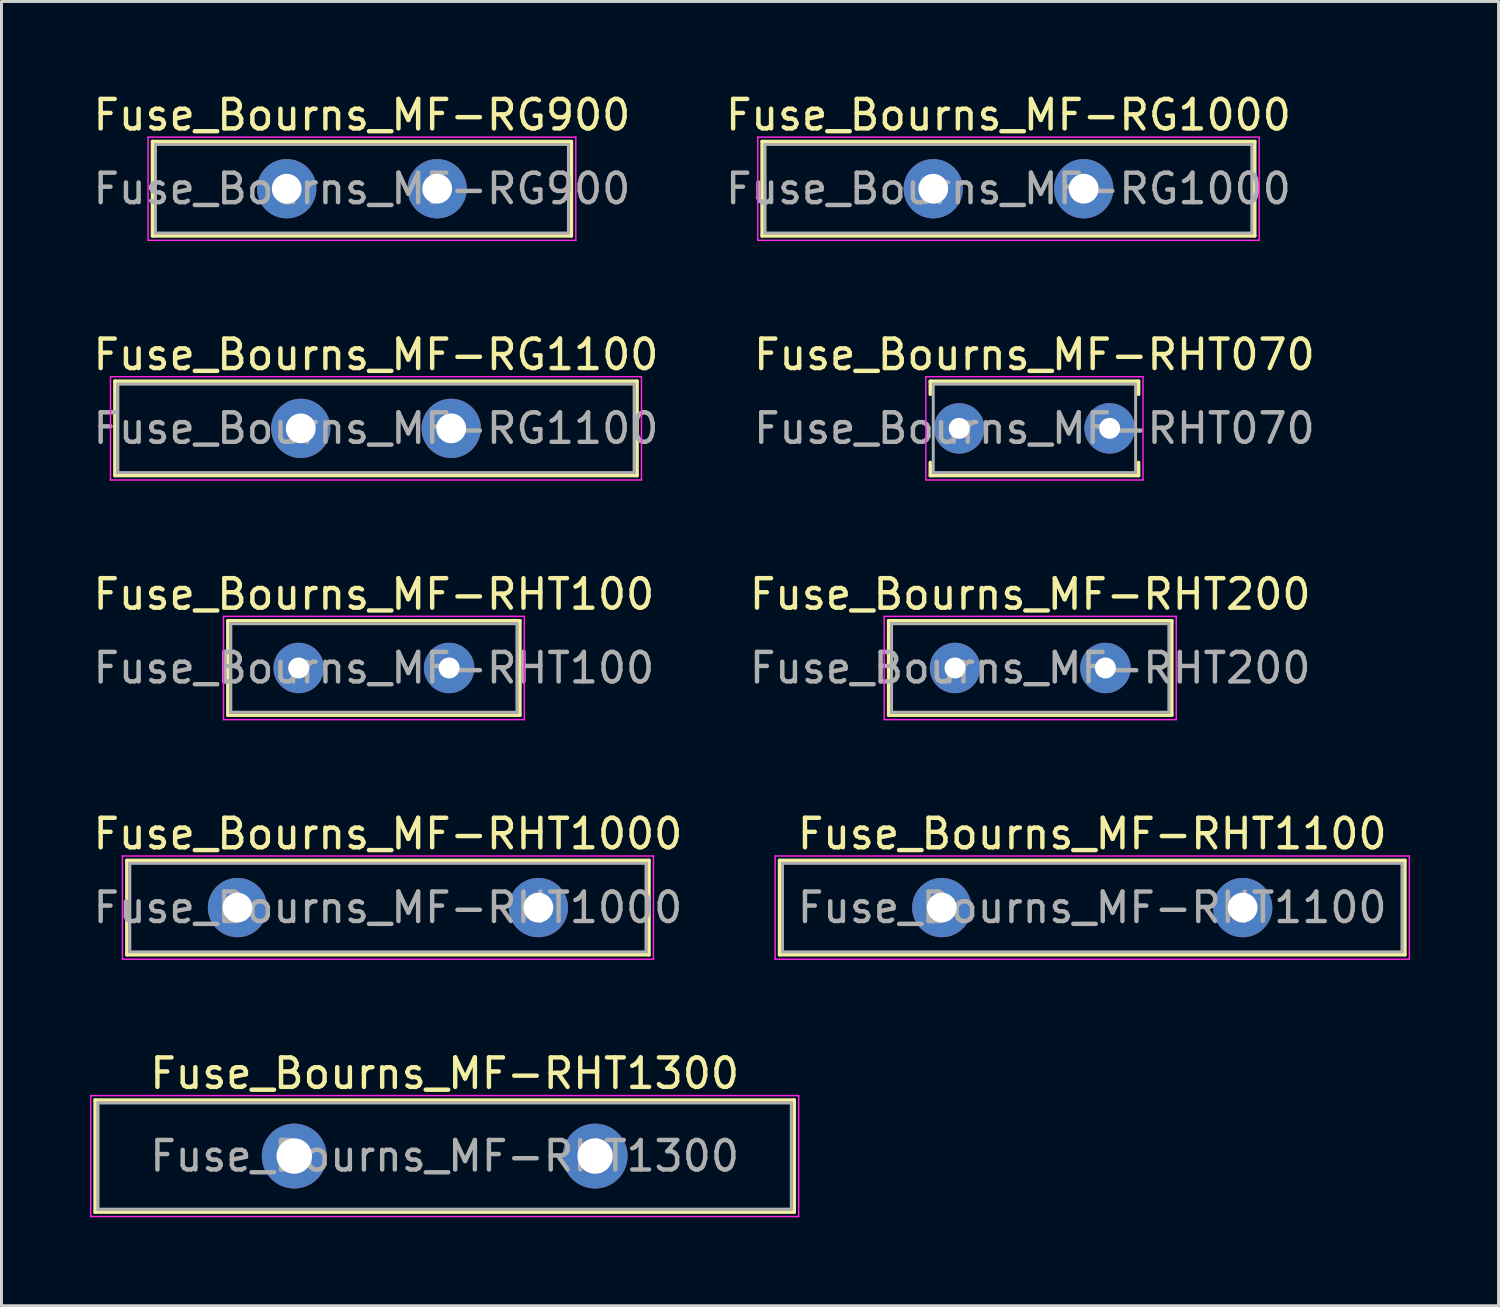
<source format=kicad_pcb>
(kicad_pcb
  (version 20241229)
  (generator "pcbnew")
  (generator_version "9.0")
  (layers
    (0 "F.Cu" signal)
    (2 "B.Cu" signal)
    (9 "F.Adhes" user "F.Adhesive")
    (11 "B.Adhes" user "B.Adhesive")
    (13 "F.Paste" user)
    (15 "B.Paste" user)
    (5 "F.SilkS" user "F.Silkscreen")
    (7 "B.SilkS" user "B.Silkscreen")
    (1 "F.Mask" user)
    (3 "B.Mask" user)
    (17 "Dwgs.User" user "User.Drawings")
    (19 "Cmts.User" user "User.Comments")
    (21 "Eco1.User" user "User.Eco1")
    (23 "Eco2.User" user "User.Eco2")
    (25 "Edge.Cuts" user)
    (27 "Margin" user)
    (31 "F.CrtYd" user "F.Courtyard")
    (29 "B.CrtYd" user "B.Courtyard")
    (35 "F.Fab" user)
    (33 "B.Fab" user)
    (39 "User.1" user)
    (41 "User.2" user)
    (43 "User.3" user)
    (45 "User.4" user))
  (footprint "Fuse_Bourns_MF-RHT1300"
    (layer "F.Cu")
    (at 6.925 36.141)
    (property "Reference" "Fuse_Bourns_MF-RHT1300" (at 5.1 -2.8 0) (layer "F.SilkS") (effects (font (size 1 1) (thickness 0.15))))
    (attr through_hole)
    (fp_line (start -6.75 -1.9) (end -6.75 1.9) (stroke (width 0.12) (type solid)) (layer "F.SilkS"))
    (fp_line (start -6.75 1.9) (end 16.95 1.9) (stroke (width 0.12) (type solid)) (layer "F.SilkS"))
    (fp_line (start 16.95 -1.9) (end -6.75 -1.9) (stroke (width 0.12) (type solid)) (layer "F.SilkS"))
    (fp_line (start 16.95 1.9) (end 16.95 -1.9) (stroke (width 0.12) (type solid)) (layer "F.SilkS"))
    (fp_line (start -6.9 -2.05) (end -6.9 2.05) (stroke (width 0.05) (type solid)) (layer "F.CrtYd"))
    (fp_line (start -6.9 2.05) (end 17.1 2.05) (stroke (width 0.05) (type solid)) (layer "F.CrtYd"))
    (fp_line (start 17.1 -2.05) (end -6.9 -2.05) (stroke (width 0.05) (type solid)) (layer "F.CrtYd"))
    (fp_line (start 17.1 2.05) (end 17.1 -2.05) (stroke (width 0.05) (type solid)) (layer "F.CrtYd"))
    (fp_line (start -6.65 -1.8) (end -6.65 1.8) (stroke (width 0.1) (type solid)) (layer "F.Fab"))
    (fp_line (start -6.65 1.8) (end 16.85 1.8) (stroke (width 0.1) (type solid)) (layer "F.Fab"))
    (fp_line (start 16.85 -1.8) (end -6.65 -1.8) (stroke (width 0.1) (type solid)) (layer "F.Fab"))
    (fp_line (start 16.85 1.8) (end 16.85 -1.8) (stroke (width 0.1) (type solid)) (layer "F.Fab"))
    (fp_text user "${REFERENCE}" (at 5.1 0 0) (layer "F.Fab") (effects (font (size 1 1) (thickness 0.15))))
    (pad "1" thru_hole circle (at 0 0) (size 2.2 2.2) (drill 1.2) (layers "*.Cu" "*.Mask"))
    (pad "2" thru_hole circle (at 10.2 0) (size 2.2 2.2) (drill 1.2) (layers "*.Cu" "*.Mask")))
  (footprint "Fuse_Bourns_MF-RHT100"
    (layer "F.Cu")
    (at 7.075 19.595)
    (property "Reference" "Fuse_Bourns_MF-RHT100" (at 2.55 -2.5 0) (layer "F.SilkS") (effects (font (size 1 1) (thickness 0.15))))
    (attr through_hole)
    (fp_line (start -2.4 -1.6) (end -2.4 1.6) (stroke (width 0.12) (type solid)) (layer "F.SilkS"))
    (fp_line (start -2.4 1.6) (end 7.5 1.6) (stroke (width 0.12) (type solid)) (layer "F.SilkS"))
    (fp_line (start 7.5 -1.6) (end -2.4 -1.6) (stroke (width 0.12) (type solid)) (layer "F.SilkS"))
    (fp_line (start 7.5 1.6) (end 7.5 -1.6) (stroke (width 0.12) (type solid)) (layer "F.SilkS"))
    (fp_line (start -2.55 -1.75) (end -2.55 1.75) (stroke (width 0.05) (type solid)) (layer "F.CrtYd"))
    (fp_line (start -2.55 1.75) (end 7.65 1.75) (stroke (width 0.05) (type solid)) (layer "F.CrtYd"))
    (fp_line (start 7.65 -1.75) (end -2.55 -1.75) (stroke (width 0.05) (type solid)) (layer "F.CrtYd"))
    (fp_line (start 7.65 1.75) (end 7.65 -1.75) (stroke (width 0.05) (type solid)) (layer "F.CrtYd"))
    (fp_line (start -2.3 -1.5) (end -2.3 1.5) (stroke (width 0.1) (type solid)) (layer "F.Fab"))
    (fp_line (start -2.3 1.5) (end 7.4 1.5) (stroke (width 0.1) (type solid)) (layer "F.Fab"))
    (fp_line (start 7.4 -1.5) (end -2.3 -1.5) (stroke (width 0.1) (type solid)) (layer "F.Fab"))
    (fp_line (start 7.4 1.5) (end 7.4 -1.5) (stroke (width 0.1) (type solid)) (layer "F.Fab"))
    (fp_text user "${REFERENCE}" (at 2.55 0 0) (layer "F.Fab") (effects (font (size 1 1) (thickness 0.15))))
    (pad "1" thru_hole circle (at 0 0) (size 1.71 1.71) (drill 0.71) (layers "*.Cu" "*.Mask"))
    (pad "2" thru_hole circle (at 5.1 0) (size 1.71 1.71) (drill 0.71) (layers "*.Cu" "*.Mask")))
  (footprint "Fuse_Bourns_MF-RG900"
    (layer "F.Cu")
    (at 6.67 3.348)
    (property "Reference" "Fuse_Bourns_MF-RG900" (at 2.55 -2.5 0) (layer "F.SilkS") (effects (font (size 1 1) (thickness 0.15))))
    (attr through_hole)
    (fp_line (start -4.55 -1.6) (end -4.55 1.6) (stroke (width 0.12) (type solid)) (layer "F.SilkS"))
    (fp_line (start -4.55 1.6) (end 9.65 1.6) (stroke (width 0.12) (type solid)) (layer "F.SilkS"))
    (fp_line (start 9.65 -1.6) (end -4.55 -1.6) (stroke (width 0.12) (type solid)) (layer "F.SilkS"))
    (fp_line (start 9.65 1.6) (end 9.65 -1.6) (stroke (width 0.12) (type solid)) (layer "F.SilkS"))
    (fp_line (start -4.7 -1.75) (end -4.7 1.75) (stroke (width 0.05) (type solid)) (layer "F.CrtYd"))
    (fp_line (start -4.7 1.75) (end 9.8 1.75) (stroke (width 0.05) (type solid)) (layer "F.CrtYd"))
    (fp_line (start 9.8 -1.75) (end -4.7 -1.75) (stroke (width 0.05) (type solid)) (layer "F.CrtYd"))
    (fp_line (start 9.8 1.75) (end 9.8 -1.75) (stroke (width 0.05) (type solid)) (layer "F.CrtYd"))
    (fp_line (start -4.45 -1.5) (end -4.45 1.5) (stroke (width 0.1) (type solid)) (layer "F.Fab"))
    (fp_line (start -4.45 1.5) (end 9.55 1.5) (stroke (width 0.1) (type solid)) (layer "F.Fab"))
    (fp_line (start 9.55 -1.5) (end -4.45 -1.5) (stroke (width 0.1) (type solid)) (layer "F.Fab"))
    (fp_line (start 9.55 1.5) (end 9.55 -1.5) (stroke (width 0.1) (type solid)) (layer "F.Fab"))
    (fp_text user "${REFERENCE}" (at 2.55 0 0) (layer "F.Fab") (effects (font (size 1 1) (thickness 0.15))))
    (pad "1" thru_hole circle (at 0 0) (size 2.01 2.01) (drill 1.01) (layers "*.Cu" "*.Mask"))
    (pad "2" thru_hole circle (at 5.1 0) (size 2.01 2.01) (drill 1.01) (layers "*.Cu" "*.Mask")))
  (footprint "Fuse_Bourns_MF-RG1100"
    (layer "F.Cu")
    (at 7.146 11.472)
    (property "Reference" "Fuse_Bourns_MF-RG1100" (at 2.55 -2.5 0) (layer "F.SilkS") (effects (font (size 1 1) (thickness 0.15))))
    (attr through_hole)
    (fp_line (start -6.3 -1.6) (end -6.3 1.6) (stroke (width 0.12) (type solid)) (layer "F.SilkS"))
    (fp_line (start -6.3 1.6) (end 11.4 1.6) (stroke (width 0.12) (type solid)) (layer "F.SilkS"))
    (fp_line (start 11.4 -1.6) (end -6.3 -1.6) (stroke (width 0.12) (type solid)) (layer "F.SilkS"))
    (fp_line (start 11.4 1.6) (end 11.4 -1.6) (stroke (width 0.12) (type solid)) (layer "F.SilkS"))
    (fp_line (start -6.45 -1.75) (end -6.45 1.75) (stroke (width 0.05) (type solid)) (layer "F.CrtYd"))
    (fp_line (start -6.45 1.75) (end 11.55 1.75) (stroke (width 0.05) (type solid)) (layer "F.CrtYd"))
    (fp_line (start 11.55 -1.75) (end -6.45 -1.75) (stroke (width 0.05) (type solid)) (layer "F.CrtYd"))
    (fp_line (start 11.55 1.75) (end 11.55 -1.75) (stroke (width 0.05) (type solid)) (layer "F.CrtYd"))
    (fp_line (start -6.2 -1.5) (end -6.2 1.5) (stroke (width 0.1) (type solid)) (layer "F.Fab"))
    (fp_line (start -6.2 1.5) (end 11.3 1.5) (stroke (width 0.1) (type solid)) (layer "F.Fab"))
    (fp_line (start 11.3 -1.5) (end -6.2 -1.5) (stroke (width 0.1) (type solid)) (layer "F.Fab"))
    (fp_line (start 11.3 1.5) (end 11.3 -1.5) (stroke (width 0.1) (type solid)) (layer "F.Fab"))
    (fp_text user "${REFERENCE}" (at 2.55 0 0) (layer "F.Fab") (effects (font (size 1 1) (thickness 0.15))))
    (pad "1" thru_hole circle (at 0 0) (size 2.01 2.01) (drill 1.01) (layers "*.Cu" "*.Mask"))
    (pad "2" thru_hole circle (at 5.1 0) (size 2.01 2.01) (drill 1.01) (layers "*.Cu" "*.Mask")))
  (footprint "Fuse_Bourns_MF-RHT200"
    (layer "F.Cu")
    (at 29.325 19.595)
    (property "Reference" "Fuse_Bourns_MF-RHT200" (at 2.55 -2.5 0) (layer "F.SilkS") (effects (font (size 1 1) (thickness 0.15))))
    (attr through_hole)
    (fp_line (start -2.25 -1.6) (end -2.25 1.6) (stroke (width 0.12) (type solid)) (layer "F.SilkS"))
    (fp_line (start -2.25 1.6) (end 7.35 1.6) (stroke (width 0.12) (type solid)) (layer "F.SilkS"))
    (fp_line (start 7.35 -1.6) (end -2.25 -1.6) (stroke (width 0.12) (type solid)) (layer "F.SilkS"))
    (fp_line (start 7.35 1.6) (end 7.35 -1.6) (stroke (width 0.12) (type solid)) (layer "F.SilkS"))
    (fp_line (start -2.4 -1.75) (end -2.4 1.75) (stroke (width 0.05) (type solid)) (layer "F.CrtYd"))
    (fp_line (start -2.4 1.75) (end 7.5 1.75) (stroke (width 0.05) (type solid)) (layer "F.CrtYd"))
    (fp_line (start 7.5 -1.75) (end -2.4 -1.75) (stroke (width 0.05) (type solid)) (layer "F.CrtYd"))
    (fp_line (start 7.5 1.75) (end 7.5 -1.75) (stroke (width 0.05) (type solid)) (layer "F.CrtYd"))
    (fp_line (start -2.15 -1.5) (end -2.15 1.5) (stroke (width 0.1) (type solid)) (layer "F.Fab"))
    (fp_line (start -2.15 1.5) (end 7.25 1.5) (stroke (width 0.1) (type solid)) (layer "F.Fab"))
    (fp_line (start 7.25 -1.5) (end -2.15 -1.5) (stroke (width 0.1) (type solid)) (layer "F.Fab"))
    (fp_line (start 7.25 1.5) (end 7.25 -1.5) (stroke (width 0.1) (type solid)) (layer "F.Fab"))
    (fp_text user "${REFERENCE}" (at 2.55 0 0) (layer "F.Fab") (effects (font (size 1 1) (thickness 0.15))))
    (pad "1" thru_hole circle (at 0 0) (size 1.71 1.71) (drill 0.71) (layers "*.Cu" "*.Mask"))
    (pad "2" thru_hole circle (at 5.1 0) (size 1.71 1.71) (drill 0.71) (layers "*.Cu" "*.Mask")))
  (footprint "Fuse_Bourns_MF-RG1000"
    (layer "F.Cu")
    (at 28.587 3.348)
    (property "Reference" "Fuse_Bourns_MF-RG1000" (at 2.55 -2.5 0) (layer "F.SilkS") (effects (font (size 1 1) (thickness 0.15))))
    (attr through_hole)
    (fp_line (start -5.8 -1.6) (end -5.8 1.6) (stroke (width 0.12) (type solid)) (layer "F.SilkS"))
    (fp_line (start -5.8 1.6) (end 10.9 1.6) (stroke (width 0.12) (type solid)) (layer "F.SilkS"))
    (fp_line (start 10.9 -1.6) (end -5.8 -1.6) (stroke (width 0.12) (type solid)) (layer "F.SilkS"))
    (fp_line (start 10.9 1.6) (end 10.9 -1.6) (stroke (width 0.12) (type solid)) (layer "F.SilkS"))
    (fp_line (start -5.95 -1.75) (end -5.95 1.75) (stroke (width 0.05) (type solid)) (layer "F.CrtYd"))
    (fp_line (start -5.95 1.75) (end 11.05 1.75) (stroke (width 0.05) (type solid)) (layer "F.CrtYd"))
    (fp_line (start 11.05 -1.75) (end -5.95 -1.75) (stroke (width 0.05) (type solid)) (layer "F.CrtYd"))
    (fp_line (start 11.05 1.75) (end 11.05 -1.75) (stroke (width 0.05) (type solid)) (layer "F.CrtYd"))
    (fp_line (start -5.7 -1.5) (end -5.7 1.5) (stroke (width 0.1) (type solid)) (layer "F.Fab"))
    (fp_line (start -5.7 1.5) (end 10.8 1.5) (stroke (width 0.1) (type solid)) (layer "F.Fab"))
    (fp_line (start 10.8 -1.5) (end -5.7 -1.5) (stroke (width 0.1) (type solid)) (layer "F.Fab"))
    (fp_line (start 10.8 1.5) (end 10.8 -1.5) (stroke (width 0.1) (type solid)) (layer "F.Fab"))
    (fp_text user "${REFERENCE}" (at 2.55 0 0) (layer "F.Fab") (effects (font (size 1 1) (thickness 0.15))))
    (pad "1" thru_hole circle (at 0 0) (size 2.01 2.01) (drill 1.01) (layers "*.Cu" "*.Mask"))
    (pad "2" thru_hole circle (at 5.1 0) (size 2.01 2.01) (drill 1.01) (layers "*.Cu" "*.Mask")))
  (footprint "Fuse_Bourns_MF-RHT1000"
    (layer "F.Cu")
    (at 5.001 27.718)
    (property "Reference" "Fuse_Bourns_MF-RHT1000" (at 5.1 -2.5 0) (layer "F.SilkS") (effects (font (size 1 1) (thickness 0.15))))
    (attr through_hole)
    (fp_line (start -3.75 -1.6) (end -3.75 1.6) (stroke (width 0.12) (type solid)) (layer "F.SilkS"))
    (fp_line (start -3.75 1.6) (end 13.95 1.6) (stroke (width 0.12) (type solid)) (layer "F.SilkS"))
    (fp_line (start 13.95 -1.6) (end -3.75 -1.6) (stroke (width 0.12) (type solid)) (layer "F.SilkS"))
    (fp_line (start 13.95 1.6) (end 13.95 -1.6) (stroke (width 0.12) (type solid)) (layer "F.SilkS"))
    (fp_line (start -3.9 -1.75) (end -3.9 1.75) (stroke (width 0.05) (type solid)) (layer "F.CrtYd"))
    (fp_line (start -3.9 1.75) (end 14.1 1.75) (stroke (width 0.05) (type solid)) (layer "F.CrtYd"))
    (fp_line (start 14.1 -1.75) (end -3.9 -1.75) (stroke (width 0.05) (type solid)) (layer "F.CrtYd"))
    (fp_line (start 14.1 1.75) (end 14.1 -1.75) (stroke (width 0.05) (type solid)) (layer "F.CrtYd"))
    (fp_line (start -3.65 -1.5) (end -3.65 1.5) (stroke (width 0.1) (type solid)) (layer "F.Fab"))
    (fp_line (start -3.65 1.5) (end 13.85 1.5) (stroke (width 0.1) (type solid)) (layer "F.Fab"))
    (fp_line (start 13.85 -1.5) (end -3.65 -1.5) (stroke (width 0.1) (type solid)) (layer "F.Fab"))
    (fp_line (start 13.85 1.5) (end 13.85 -1.5) (stroke (width 0.1) (type solid)) (layer "F.Fab"))
    (fp_text user "${REFERENCE}" (at 5.1 0 0) (layer "F.Fab") (effects (font (size 1 1) (thickness 0.15))))
    (pad "1" thru_hole circle (at 0 0) (size 2.01 2.01) (drill 1.01) (layers "*.Cu" "*.Mask"))
    (pad "2" thru_hole circle (at 10.2 0) (size 2.01 2.01) (drill 1.01) (layers "*.Cu" "*.Mask")))
  (footprint "Fuse_Bourns_MF-RHT070"
    (layer "F.Cu")
    (at 29.468 11.472)
    (property "Reference" "Fuse_Bourns_MF-RHT070" (at 2.55 -2.5 0) (layer "F.SilkS") (effects (font (size 1 1) (thickness 0.15))))
    (attr through_hole)
    (fp_line (start -0.98 -1.6) (end 6.08 -1.6) (stroke (width 0.12) (type solid)) (layer "F.SilkS"))
    (fp_line (start -0.98 -1.155) (end -0.98 -1.6) (stroke (width 0.12) (type solid)) (layer "F.SilkS"))
    (fp_line (start -0.98 1.155) (end -0.98 1.6) (stroke (width 0.12) (type solid)) (layer "F.SilkS"))
    (fp_line (start -0.98 1.6) (end 6.08 1.6) (stroke (width 0.12) (type solid)) (layer "F.SilkS"))
    (fp_line (start 6.08 -1.6) (end 6.08 -1.155) (stroke (width 0.12) (type solid)) (layer "F.SilkS"))
    (fp_line (start 6.08 1.6) (end 6.08 1.155) (stroke (width 0.12) (type solid)) (layer "F.SilkS"))
    (fp_line (start -1.13 -1.75) (end -1.13 1.75) (stroke (width 0.05) (type solid)) (layer "F.CrtYd"))
    (fp_line (start -1.13 1.75) (end 6.23 1.75) (stroke (width 0.05) (type solid)) (layer "F.CrtYd"))
    (fp_line (start 6.23 -1.75) (end -1.13 -1.75) (stroke (width 0.05) (type solid)) (layer "F.CrtYd"))
    (fp_line (start 6.23 1.75) (end 6.23 -1.75) (stroke (width 0.05) (type solid)) (layer "F.CrtYd"))
    (fp_line (start -0.88 -1.5) (end -0.88 1.5) (stroke (width 0.1) (type solid)) (layer "F.Fab"))
    (fp_line (start -0.88 1.5) (end 5.98 1.5) (stroke (width 0.1) (type solid)) (layer "F.Fab"))
    (fp_line (start 5.98 -1.5) (end -0.88 -1.5) (stroke (width 0.1) (type solid)) (layer "F.Fab"))
    (fp_line (start 5.98 1.5) (end 5.98 -1.5) (stroke (width 0.1) (type solid)) (layer "F.Fab"))
    (fp_text user "${REFERENCE}" (at 2.55 0 0) (layer "F.Fab") (effects (font (size 1 1) (thickness 0.15))))
    (pad "1" thru_hole circle (at 0 0) (size 1.71 1.71) (drill 0.71) (layers "*.Cu" "*.Mask"))
    (pad "2" thru_hole circle (at 5.1 0) (size 1.71 1.71) (drill 0.71) (layers "*.Cu" "*.Mask")))
  (footprint "Fuse_Bourns_MF-RHT1100"
    (layer "F.Cu")
    (at 28.877 27.718)
    (property "Reference" "Fuse_Bourns_MF-RHT1100" (at 5.1 -2.5 0) (layer "F.SilkS") (effects (font (size 1 1) (thickness 0.15))))
    (attr through_hole)
    (fp_line (start -5.5 -1.6) (end -5.5 1.6) (stroke (width 0.12) (type solid)) (layer "F.SilkS"))
    (fp_line (start -5.5 1.6) (end 15.7 1.6) (stroke (width 0.12) (type solid)) (layer "F.SilkS"))
    (fp_line (start 15.7 -1.6) (end -5.5 -1.6) (stroke (width 0.12) (type solid)) (layer "F.SilkS"))
    (fp_line (start 15.7 1.6) (end 15.7 -1.6) (stroke (width 0.12) (type solid)) (layer "F.SilkS"))
    (fp_line (start -5.65 -1.75) (end -5.65 1.75) (stroke (width 0.05) (type solid)) (layer "F.CrtYd"))
    (fp_line (start -5.65 1.75) (end 15.85 1.75) (stroke (width 0.05) (type solid)) (layer "F.CrtYd"))
    (fp_line (start 15.85 -1.75) (end -5.65 -1.75) (stroke (width 0.05) (type solid)) (layer "F.CrtYd"))
    (fp_line (start 15.85 1.75) (end 15.85 -1.75) (stroke (width 0.05) (type solid)) (layer "F.CrtYd"))
    (fp_line (start -5.4 -1.5) (end -5.4 1.5) (stroke (width 0.1) (type solid)) (layer "F.Fab"))
    (fp_line (start -5.4 1.5) (end 15.6 1.5) (stroke (width 0.1) (type solid)) (layer "F.Fab"))
    (fp_line (start 15.6 -1.5) (end -5.4 -1.5) (stroke (width 0.1) (type solid)) (layer "F.Fab"))
    (fp_line (start 15.6 1.5) (end 15.6 -1.5) (stroke (width 0.1) (type solid)) (layer "F.Fab"))
    (fp_text user "${REFERENCE}" (at 5.1 0 0) (layer "F.Fab") (effects (font (size 1 1) (thickness 0.15))))
    (pad "1" thru_hole circle (at 0 0) (size 2.01 2.01) (drill 1.01) (layers "*.Cu" "*.Mask"))
    (pad "2" thru_hole circle (at 10.2 0) (size 2.01 2.01) (drill 1.01) (layers "*.Cu" "*.Mask")))
  (gr_rect
    (start -3 -3)
    (end 47.752 41.216)
    (stroke (width 0.1) (type default))
    (fill no)
    (layer "Edge.Cuts")))
</source>
